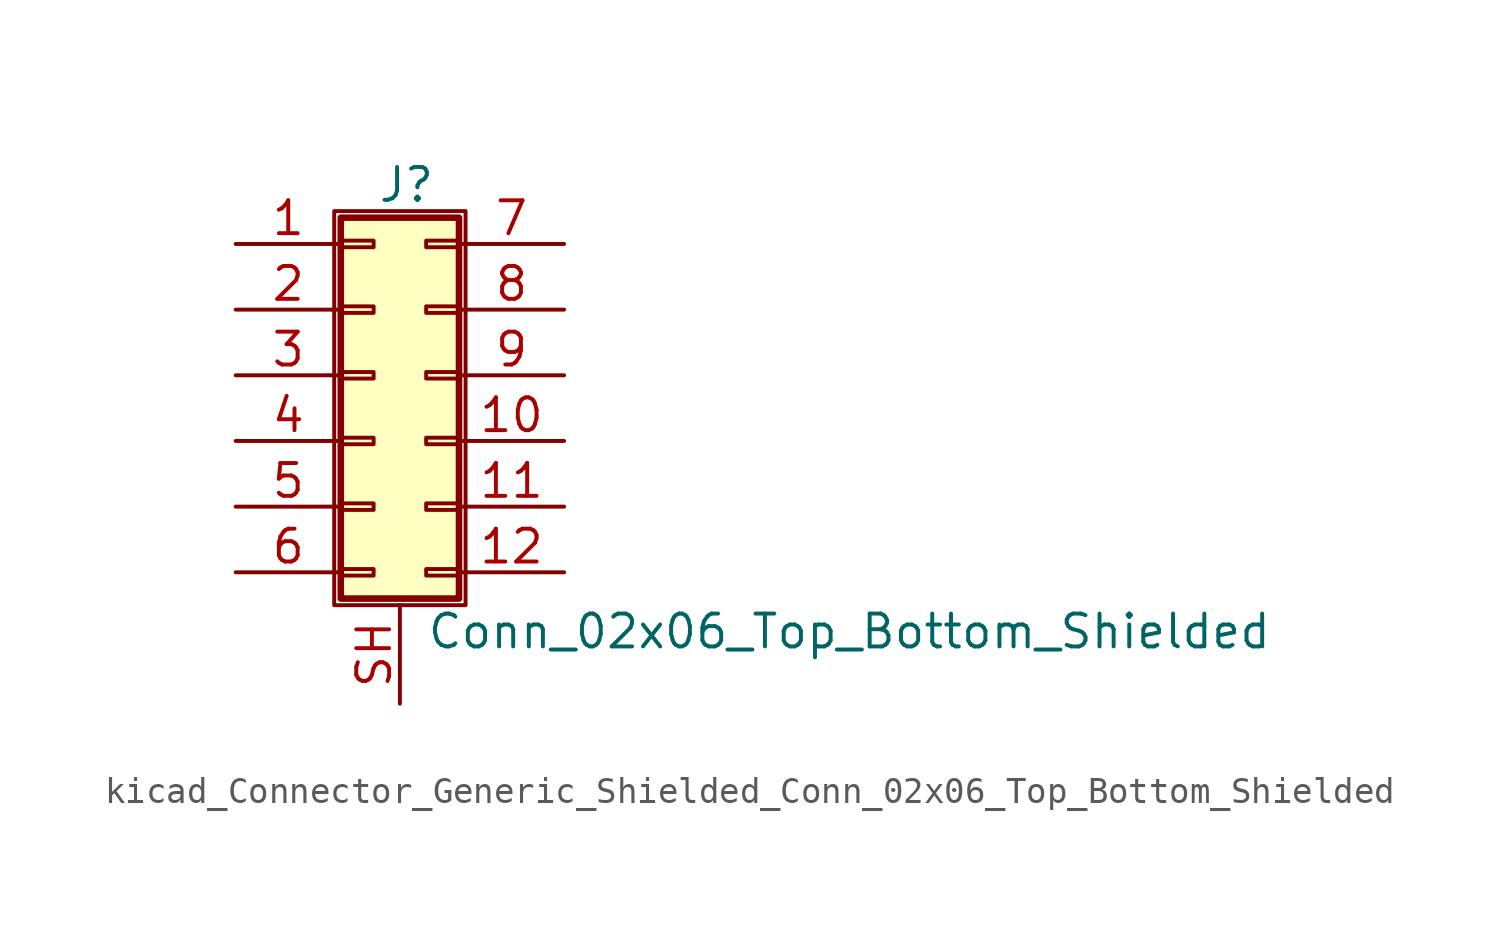
<source format=kicad_sym>
(kicad_symbol_lib
  (version 20220914)
  (generator kicad_symbol_editor)
  (symbol "kicad_Connector_Generic_Shielded_Conn_02x06_Top_Bottom_Shielded"
    (pin_names
      (offset 1.016) hide)
    (property "Reference" "J"
      (at 1.524 7.366 0)
      (effects (font (size 1.27 1.27))))
    (property "Value" "Conn_02x06_Top_Bottom_Shielded"
      (at 2.286 -9.906 0)
      (effects (font (size 1.27 1.27)) (justify left)))
    (symbol "kicad_Connector_Generic_Shielded_Conn_02x06_Top_Bottom_Shielded_1_1"
      (rectangle (start -1.27 6.35) (end 3.81 -8.89) (stroke (width 0.152) (type default)) (fill (type none)))
      (rectangle (start -1.016 -7.493) (end 0.254 -7.747) (stroke (width 0.152) (type default)) (fill (type none)))
      (rectangle (start -1.016 -4.953) (end 0.254 -5.207) (stroke (width 0.152) (type default)) (fill (type none)))
      (rectangle (start -1.016 -2.413) (end 0.254 -2.667) (stroke (width 0.152) (type default)) (fill (type none)))
      (rectangle (start -1.016 0.127) (end 0.254 -0.127) (stroke (width 0.152) (type default)) (fill (type none)))
      (rectangle (start -1.016 2.667) (end 0.254 2.413) (stroke (width 0.152) (type default)) (fill (type none)))
      (rectangle (start -1.016 5.207) (end 0.254 4.953) (stroke (width 0.152) (type default)) (fill (type none)))
      (rectangle (start -1.016 6.096) (end 3.556 -8.636) (stroke (width 0.254) (type default)) (fill (type background)))
      (rectangle (start 3.556 -7.493) (end 2.286 -7.747) (stroke (width 0.152) (type default)) (fill (type none)))
      (rectangle (start 3.556 -4.953) (end 2.286 -5.207) (stroke (width 0.152) (type default)) (fill (type none)))
      (rectangle (start 3.556 -2.413) (end 2.286 -2.667) (stroke (width 0.152) (type default)) (fill (type none)))
      (rectangle (start 3.556 0.127) (end 2.286 -0.127) (stroke (width 0.152) (type default)) (fill (type none)))
      (rectangle (start 3.556 2.667) (end 2.286 2.413) (stroke (width 0.152) (type default)) (fill (type none)))
      (rectangle (start 3.556 5.207) (end 2.286 4.953) (stroke (width 0.152) (type default)) (fill (type none)))
      (pin passive line (at -5.08 5.08 0) (length 4.064) (name "Pin_1" (effects (font (size 1.27 1.27)))) (number "1" (effects (font (size 1.27 1.27)))))
      (pin passive line (at 7.62 -2.54 180) (length 4.064) (name "Pin_10" (effects (font (size 1.27 1.27)))) (number "10" (effects (font (size 1.27 1.27)))))
      (pin passive line (at 7.62 -5.08 180) (length 4.064) (name "Pin_11" (effects (font (size 1.27 1.27)))) (number "11" (effects (font (size 1.27 1.27)))))
      (pin passive line (at 7.62 -7.62 180) (length 4.064) (name "Pin_12" (effects (font (size 1.27 1.27)))) (number "12" (effects (font (size 1.27 1.27)))))
      (pin passive line (at -5.08 2.54 0) (length 4.064) (name "Pin_2" (effects (font (size 1.27 1.27)))) (number "2" (effects (font (size 1.27 1.27)))))
      (pin passive line (at -5.08 0 0) (length 4.064) (name "Pin_3" (effects (font (size 1.27 1.27)))) (number "3" (effects (font (size 1.27 1.27)))))
      (pin passive line (at -5.08 -2.54 0) (length 4.064) (name "Pin_4" (effects (font (size 1.27 1.27)))) (number "4" (effects (font (size 1.27 1.27)))))
      (pin passive line (at -5.08 -5.08 0) (length 4.064) (name "Pin_5" (effects (font (size 1.27 1.27)))) (number "5" (effects (font (size 1.27 1.27)))))
      (pin passive line (at -5.08 -7.62 0) (length 4.064) (name "Pin_6" (effects (font (size 1.27 1.27)))) (number "6" (effects (font (size 1.27 1.27)))))
      (pin passive line (at 7.62 5.08 180) (length 4.064) (name "Pin_7" (effects (font (size 1.27 1.27)))) (number "7" (effects (font (size 1.27 1.27)))))
      (pin passive line (at 7.62 2.54 180) (length 4.064) (name "Pin_8" (effects (font (size 1.27 1.27)))) (number "8" (effects (font (size 1.27 1.27)))))
      (pin passive line (at 7.62 0 180) (length 4.064) (name "Pin_9" (effects (font (size 1.27 1.27)))) (number "9" (effects (font (size 1.27 1.27)))))
      (pin passive line (at 1.27 -12.7 90) (length 3.81) (name "Shield" (effects (font (size 1.27 1.27)))) (number "SH" (effects (font (size 1.27 1.27))))))))
</source>
